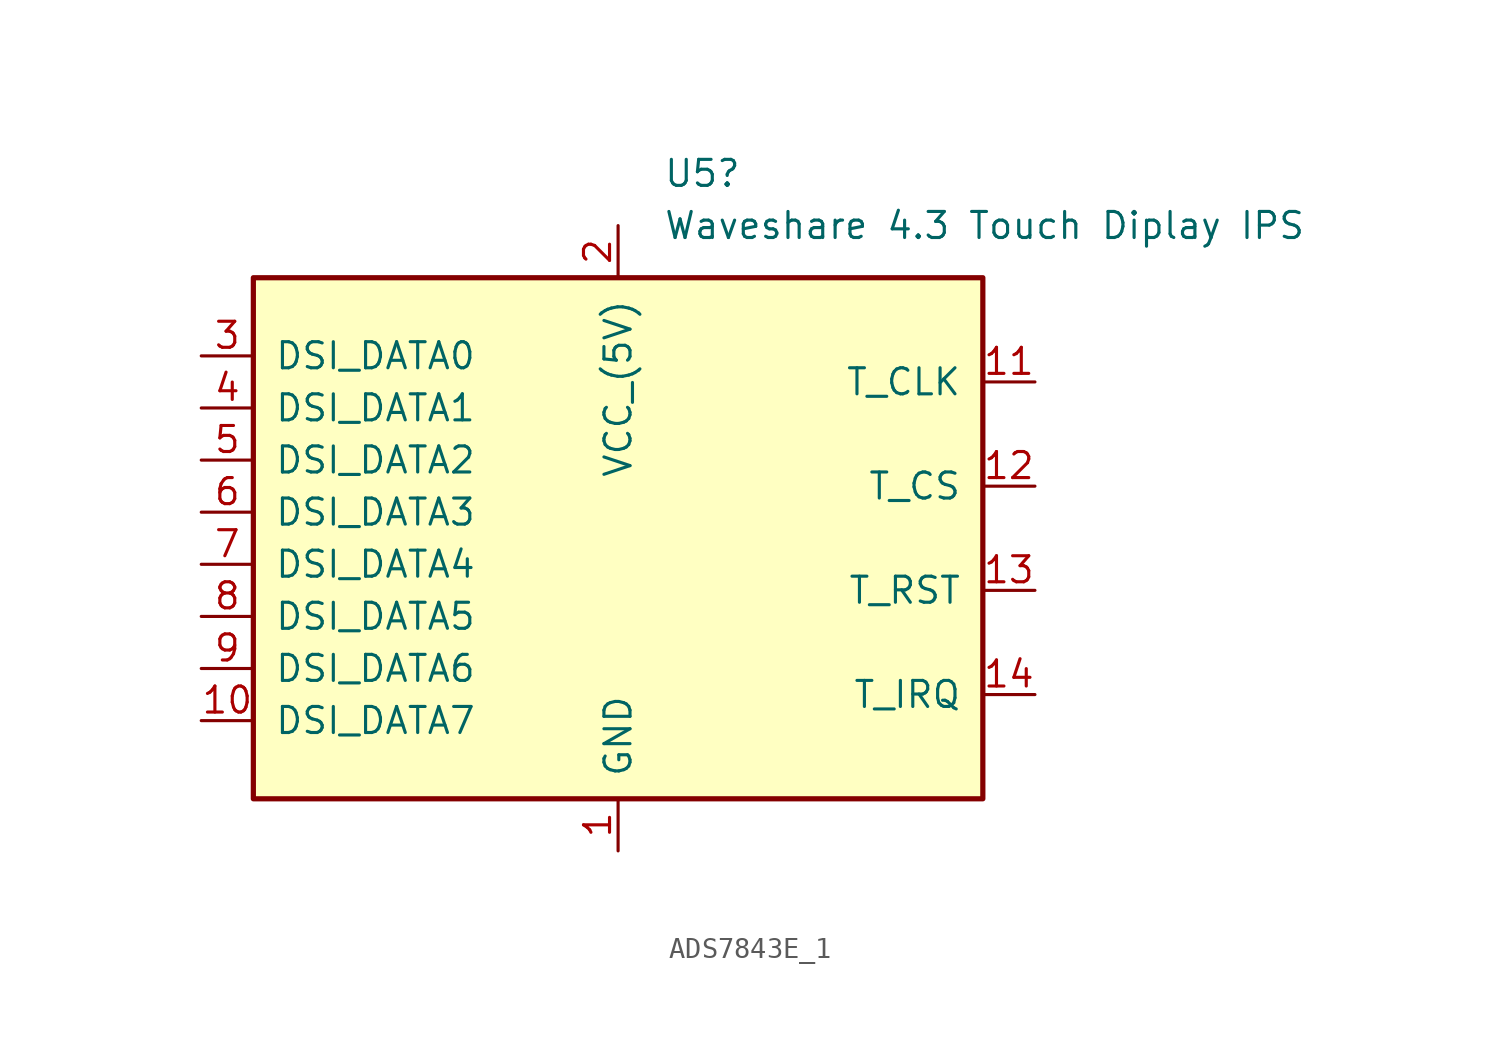
<source format=kicad_sym>
(kicad_symbol_lib
  (version 20231120)
  (generator "kicad_symbol_editor")
  (generator_version "8.0")
  (symbol "ADS7843E_1"
    (pin_names
      (offset 1.016))
    (property "Reference" "U5"
      (at 2.194 20.32 0)
      (effects (font (size 1.27 1.27)) (justify left)))
    (property "Value" "Waveshare 4.3 Touch Diplay IPS"
      (at 2.194 17.78 0)
      (effects (font (size 1.27 1.27)) (justify left)))
    (symbol "ADS7843E_1_0_1"
      (rectangle (start -17.78 15.24) (end 17.78 -10.16) (stroke (width 0.254) (type default)) (fill (type background))))
    (symbol "ADS7843E_1_1_1"
      (pin power_in line (at 0 -12.7 90) (length 2.54) (name "GND" (effects (font (size 1.27 1.27)))) (number "1" (effects (font (size 1.27 1.27)))))
      (pin bidirectional line (at -20.32 -6.35 0) (length 2.54) (name "DSI_DATA7" (effects (font (size 1.27 1.27)))) (number "10" (effects (font (size 1.27 1.27)))))
      (pin bidirectional line (at 20.32 10.16 180) (length 2.54) (name "T_CLK" (effects (font (size 1.27 1.27)))) (number "11" (effects (font (size 1.27 1.27)))))
      (pin input line (at 20.32 5.08 180) (length 2.54) (name "T_CS" (effects (font (size 1.27 1.27)))) (number "12" (effects (font (size 1.27 1.27)))))
      (pin input line (at 20.32 0 180) (length 2.54) (name "T_RST" (effects (font (size 1.27 1.27)))) (number "13" (effects (font (size 1.27 1.27)))))
      (pin input line (at 20.32 -5.08 180) (length 2.54) (name "T_IRQ" (effects (font (size 1.27 1.27)))) (number "14" (effects (font (size 1.27 1.27)))))
      (pin power_in line (at 0 17.78 270) (length 2.54) (name "VCC_(5V)" (effects (font (size 1.27 1.27)))) (number "2" (effects (font (size 1.27 1.27)))))
      (pin bidirectional line (at -20.32 11.43 0) (length 2.54) (name "DSI_DATA0" (effects (font (size 1.27 1.27)))) (number "3" (effects (font (size 1.27 1.27)))))
      (pin bidirectional line (at -20.32 8.89 0) (length 2.54) (name "DSI_DATA1" (effects (font (size 1.27 1.27)))) (number "4" (effects (font (size 1.27 1.27)))))
      (pin bidirectional line (at -20.32 6.35 0) (length 2.54) (name "DSI_DATA2" (effects (font (size 1.27 1.27)))) (number "5" (effects (font (size 1.27 1.27)))))
      (pin bidirectional line (at -20.32 3.81 0) (length 2.54) (name "DSI_DATA3" (effects (font (size 1.27 1.27)))) (number "6" (effects (font (size 1.27 1.27)))))
      (pin bidirectional line (at -20.32 1.27 0) (length 2.54) (name "DSI_DATA4" (effects (font (size 1.27 1.27)))) (number "7" (effects (font (size 1.27 1.27)))))
      (pin bidirectional line (at -20.32 -1.27 0) (length 2.54) (name "DSI_DATA5" (effects (font (size 1.27 1.27)))) (number "8" (effects (font (size 1.27 1.27)))))
      (pin bidirectional line (at -20.32 -3.81 0) (length 2.54) (name "DSI_DATA6" (effects (font (size 1.27 1.27)))) (number "9" (effects (font (size 1.27 1.27))))))))
</source>
